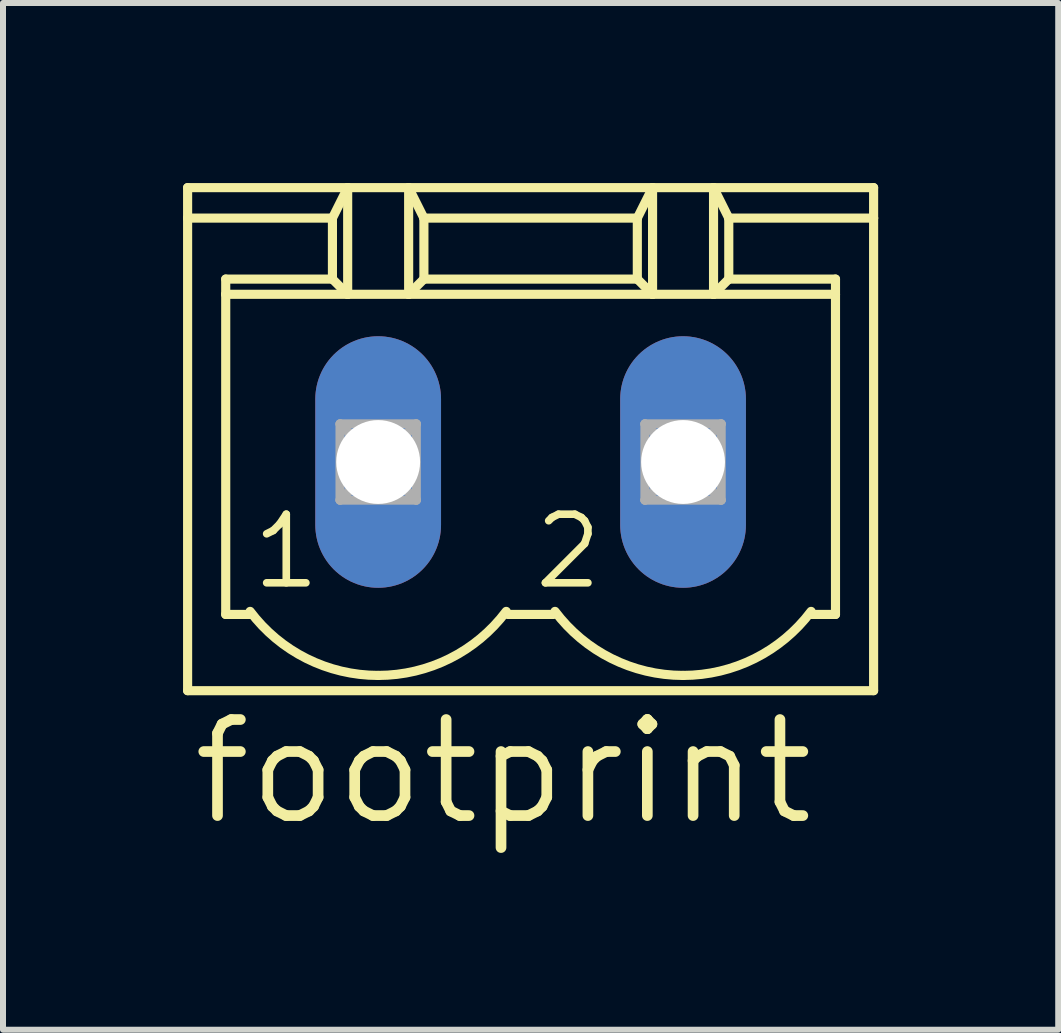
<source format=kicad_pcb>
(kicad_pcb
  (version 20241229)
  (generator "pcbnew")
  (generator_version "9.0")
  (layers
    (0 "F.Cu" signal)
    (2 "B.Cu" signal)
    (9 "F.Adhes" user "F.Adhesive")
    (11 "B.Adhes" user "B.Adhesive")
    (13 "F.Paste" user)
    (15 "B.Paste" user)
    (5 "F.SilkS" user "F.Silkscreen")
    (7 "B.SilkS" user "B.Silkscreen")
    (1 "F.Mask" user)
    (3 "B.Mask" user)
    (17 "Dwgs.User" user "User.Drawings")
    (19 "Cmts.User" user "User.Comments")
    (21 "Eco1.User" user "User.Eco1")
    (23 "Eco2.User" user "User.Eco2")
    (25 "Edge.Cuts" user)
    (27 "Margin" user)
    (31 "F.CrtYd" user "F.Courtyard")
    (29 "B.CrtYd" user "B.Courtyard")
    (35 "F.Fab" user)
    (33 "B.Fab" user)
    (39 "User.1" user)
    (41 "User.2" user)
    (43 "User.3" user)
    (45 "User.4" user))
  (footprint "footprint"
    (layer "F.Cu")
    (at 5.791 4.648)
    (property "Reference" "footprint" (at -5.715 6.096 0) (layer "F.SilkS") (effects (font (size 1.6 1.6) (thickness 0.178)) (justify left bottom)))
    (fp_line (start -5.715 -4.572) (end -5.715 -4.064) (stroke (width 0.152) (type solid)) (layer "F.SilkS"))
    (fp_line (start -5.715 -4.572) (end -3.048 -4.572) (stroke (width 0.152) (type solid)) (layer "F.SilkS"))
    (fp_line (start -5.715 -4.064) (end -5.715 3.81) (stroke (width 0.152) (type solid)) (layer "F.SilkS"))
    (fp_line (start -5.715 -4.064) (end -3.302 -4.064) (stroke (width 0.152) (type solid)) (layer "F.SilkS"))
    (fp_line (start -5.715 3.81) (end 5.715 3.81) (stroke (width 0.152) (type solid)) (layer "F.SilkS"))
    (fp_line (start -5.08 -2.794) (end -5.08 -3.048) (stroke (width 0.152) (type solid)) (layer "F.SilkS"))
    (fp_line (start -5.08 -2.794) (end -3.048 -2.794) (stroke (width 0.152) (type solid)) (layer "F.SilkS"))
    (fp_line (start -5.08 2.54) (end -5.08 -2.794) (stroke (width 0.152) (type solid)) (layer "F.SilkS"))
    (fp_line (start -5.08 2.54) (end -4.648 2.54) (stroke (width 0.152) (type solid)) (layer "F.SilkS"))
    (fp_line (start -3.302 -4.064) (end -3.302 -3.048) (stroke (width 0.152) (type solid)) (layer "F.SilkS"))
    (fp_line (start -3.302 -4.064) (end -3.048 -4.572) (stroke (width 0.152) (type solid)) (layer "F.SilkS"))
    (fp_line (start -3.302 -3.048) (end -5.08 -3.048) (stroke (width 0.152) (type solid)) (layer "F.SilkS"))
    (fp_line (start -3.302 -3.048) (end -3.048 -2.794) (stroke (width 0.152) (type solid)) (layer "F.SilkS"))
    (fp_line (start -3.048 -4.572) (end -2.032 -4.572) (stroke (width 0.152) (type solid)) (layer "F.SilkS"))
    (fp_line (start -3.048 -2.794) (end -3.048 -4.572) (stroke (width 0.152) (type solid)) (layer "F.SilkS"))
    (fp_line (start -3.048 -2.794) (end -2.032 -2.794) (stroke (width 0.152) (type solid)) (layer "F.SilkS"))
    (fp_line (start -2.032 -4.572) (end -1.778 -4.064) (stroke (width 0.152) (type solid)) (layer "F.SilkS"))
    (fp_line (start -2.032 -4.572) (end 2.032 -4.572) (stroke (width 0.152) (type solid)) (layer "F.SilkS"))
    (fp_line (start -2.032 -2.794) (end -2.032 -4.572) (stroke (width 0.152) (type solid)) (layer "F.SilkS"))
    (fp_line (start -2.032 -2.794) (end 2.032 -2.794) (stroke (width 0.152) (type solid)) (layer "F.SilkS"))
    (fp_line (start -1.778 -4.064) (end -1.778 -3.048) (stroke (width 0.152) (type solid)) (layer "F.SilkS"))
    (fp_line (start -1.778 -4.064) (end 1.778 -4.064) (stroke (width 0.152) (type solid)) (layer "F.SilkS"))
    (fp_line (start -1.778 -3.048) (end -2.032 -2.794) (stroke (width 0.152) (type solid)) (layer "F.SilkS"))
    (fp_line (start -0.381 2.54) (end 0.381 2.54) (stroke (width 0.152) (type solid)) (layer "F.SilkS"))
    (fp_line (start 1.778 -4.064) (end 1.778 -3.048) (stroke (width 0.152) (type solid)) (layer "F.SilkS"))
    (fp_line (start 1.778 -4.064) (end 2.032 -4.572) (stroke (width 0.152) (type solid)) (layer "F.SilkS"))
    (fp_line (start 1.778 -3.048) (end -1.778 -3.048) (stroke (width 0.152) (type solid)) (layer "F.SilkS"))
    (fp_line (start 1.778 -3.048) (end 2.032 -2.794) (stroke (width 0.152) (type solid)) (layer "F.SilkS"))
    (fp_line (start 2.032 -4.572) (end 3.048 -4.572) (stroke (width 0.152) (type solid)) (layer "F.SilkS"))
    (fp_line (start 2.032 -2.794) (end 2.032 -4.572) (stroke (width 0.152) (type solid)) (layer "F.SilkS"))
    (fp_line (start 2.032 -2.794) (end 3.048 -2.794) (stroke (width 0.152) (type solid)) (layer "F.SilkS"))
    (fp_line (start 3.048 -4.572) (end 3.302 -4.064) (stroke (width 0.152) (type solid)) (layer "F.SilkS"))
    (fp_line (start 3.048 -4.572) (end 5.715 -4.572) (stroke (width 0.152) (type solid)) (layer "F.SilkS"))
    (fp_line (start 3.048 -2.794) (end 3.048 -4.572) (stroke (width 0.152) (type solid)) (layer "F.SilkS"))
    (fp_line (start 3.048 -2.794) (end 5.08 -2.794) (stroke (width 0.152) (type solid)) (layer "F.SilkS"))
    (fp_line (start 3.302 -4.064) (end 3.302 -3.048) (stroke (width 0.152) (type solid)) (layer "F.SilkS"))
    (fp_line (start 3.302 -4.064) (end 5.715 -4.064) (stroke (width 0.152) (type solid)) (layer "F.SilkS"))
    (fp_line (start 3.302 -3.048) (end 3.048 -2.794) (stroke (width 0.152) (type solid)) (layer "F.SilkS"))
    (fp_line (start 3.302 -3.048) (end 5.08 -3.048) (stroke (width 0.152) (type solid)) (layer "F.SilkS"))
    (fp_line (start 4.648 2.54) (end 5.08 2.54) (stroke (width 0.152) (type solid)) (layer "F.SilkS"))
    (fp_line (start 5.08 -3.048) (end 5.08 -2.794) (stroke (width 0.152) (type solid)) (layer "F.SilkS"))
    (fp_line (start 5.08 -2.794) (end 5.08 2.54) (stroke (width 0.152) (type solid)) (layer "F.SilkS"))
    (fp_line (start 5.715 -4.064) (end 5.715 -4.572) (stroke (width 0.152) (type solid)) (layer "F.SilkS"))
    (fp_line (start 5.715 3.81) (end 5.715 -4.064) (stroke (width 0.152) (type solid)) (layer "F.SilkS"))
    (fp_arc (start -2.539999 3.556) (mid -3.732718 3.274437) (end -4.6736 2.4892) (stroke (width 0.1524) (type solid)) (layer "F.SilkS"))
    (fp_arc (start -0.406399 2.4892) (mid -1.347281 3.274438) (end -2.54 3.556) (stroke (width 0.1524) (type solid)) (layer "F.SilkS"))
    (fp_arc (start 2.540001 3.556) (mid 1.347282 3.274438) (end 0.4064 2.4892) (stroke (width 0.1524) (type solid)) (layer "F.SilkS"))
    (fp_arc (start 4.6736 2.489199) (mid 3.732719 3.274437) (end 2.54 3.556) (stroke (width 0.1524) (type solid)) (layer "F.SilkS"))
    (fp_line (start -3.175 -0.635) (end -3.175 0.635) (stroke (width 0.152) (type solid)) (layer "F.Fab"))
    (fp_line (start -3.175 -0.635) (end -1.905 0.635) (stroke (width 0.152) (type solid)) (layer "F.Fab"))
    (fp_line (start -3.175 0.635) (end -1.905 -0.635) (stroke (width 0.152) (type solid)) (layer "F.Fab"))
    (fp_line (start -3.175 0.635) (end -1.905 0.635) (stroke (width 0.152) (type solid)) (layer "F.Fab"))
    (fp_line (start -1.905 -0.635) (end -3.175 -0.635) (stroke (width 0.152) (type solid)) (layer "F.Fab"))
    (fp_line (start -1.905 0.635) (end -1.905 -0.635) (stroke (width 0.152) (type solid)) (layer "F.Fab"))
    (fp_line (start 1.905 -0.635) (end 1.905 0.635) (stroke (width 0.152) (type solid)) (layer "F.Fab"))
    (fp_line (start 1.905 -0.635) (end 3.175 0.635) (stroke (width 0.152) (type solid)) (layer "F.Fab"))
    (fp_line (start 1.905 0.635) (end 3.175 -0.635) (stroke (width 0.152) (type solid)) (layer "F.Fab"))
    (fp_line (start 1.905 0.635) (end 3.175 0.635) (stroke (width 0.152) (type solid)) (layer "F.Fab"))
    (fp_line (start 3.175 -0.635) (end 1.905 -0.635) (stroke (width 0.152) (type solid)) (layer "F.Fab"))
    (fp_line (start 3.175 0.635) (end 3.175 -0.635) (stroke (width 0.152) (type solid)) (layer "F.Fab"))
    (fp_text user "1" (at -4.699 2.159 0) (layer "F.SilkS") (effects (font (size 1.143 1.143) (thickness 0.127)) (justify left bottom)))
    (fp_text user "2" (at 0 2.159 0) (layer "F.SilkS") (effects (font (size 1.143 1.143) (thickness 0.127)) (justify left bottom)))
    (pad "1" thru_hole oval (at -2.54 0 90) (size 4.191 2.095) (drill 1.397) (layers "*.Cu" "*.Mask"))
    (pad "2" thru_hole oval (at 2.54 0 90) (size 4.191 2.095) (drill 1.397) (layers "*.Cu" "*.Mask")))
  (gr_rect
    (start -3 -3)
    (end 14.582 14.107)
    (stroke (width 0.1) (type default))
    (fill no)
    (layer "Edge.Cuts")))
</source>
